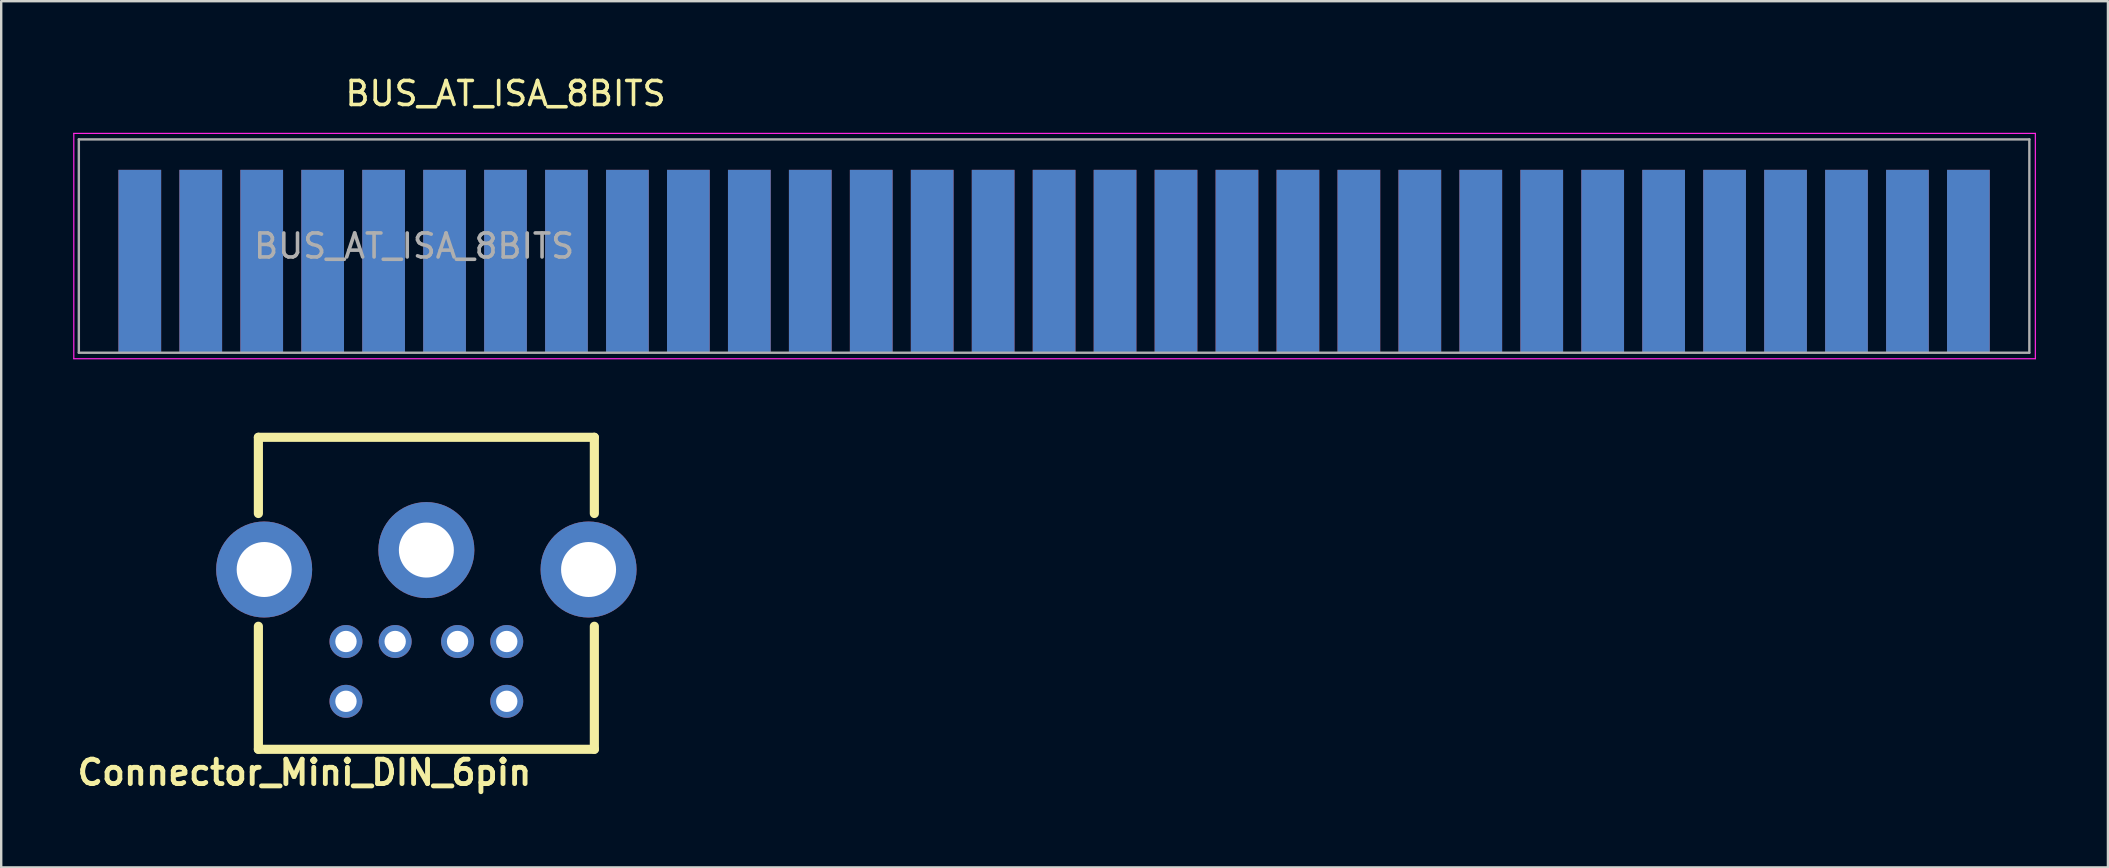
<source format=kicad_pcb>
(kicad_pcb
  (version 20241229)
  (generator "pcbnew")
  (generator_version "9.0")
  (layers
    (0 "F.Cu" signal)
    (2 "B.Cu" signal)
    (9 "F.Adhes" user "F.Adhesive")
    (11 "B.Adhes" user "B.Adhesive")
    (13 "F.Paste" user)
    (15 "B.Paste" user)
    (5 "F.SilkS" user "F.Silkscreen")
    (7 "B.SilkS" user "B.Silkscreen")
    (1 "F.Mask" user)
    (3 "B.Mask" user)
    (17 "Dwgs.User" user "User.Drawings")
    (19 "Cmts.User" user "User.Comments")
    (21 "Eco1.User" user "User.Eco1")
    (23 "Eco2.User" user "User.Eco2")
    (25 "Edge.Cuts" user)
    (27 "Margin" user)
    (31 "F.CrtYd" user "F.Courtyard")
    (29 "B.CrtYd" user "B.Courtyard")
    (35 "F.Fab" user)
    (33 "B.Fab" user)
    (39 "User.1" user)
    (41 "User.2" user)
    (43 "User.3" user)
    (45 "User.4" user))
  (footprint "BUS_AT_ISA_8BITS"
    (layer "F.Cu")
    (at 78.975 7.838)
    (property "Reference" "BUS_AT_ISA_8BITS" (at -60.96 -6.99 0) (layer "F.SilkS") (effects (font (size 1 1) (thickness 0.15))))
    (attr exclude_from_pos_files exclude_from_bom)
    (fp_line (start -78.95 -5.33) (end -78.95 4.06) (stroke (width 0.05) (type default)) (layer "F.CrtYd"))
    (fp_line (start -78.95 -5.33) (end 2.79 -5.33) (stroke (width 0.05) (type solid)) (layer "F.CrtYd"))
    (fp_line (start 2.79 4.06) (end -78.95 4.06) (stroke (width 0.05) (type solid)) (layer "F.CrtYd"))
    (fp_line (start 2.79 4.06) (end 2.79 -5.33) (stroke (width 0.05) (type solid)) (layer "F.CrtYd"))
    (fp_line (start -78.74 -5.08) (end 2.54 -5.08) (stroke (width 0.1) (type solid)) (layer "F.Fab"))
    (fp_line (start -78.74 3.81) (end -78.74 -5.08) (stroke (width 0.1) (type solid)) (layer "F.Fab"))
    (fp_line (start 2.54 -5.08) (end 2.54 3.81) (stroke (width 0.1) (type solid)) (layer "F.Fab"))
    (fp_line (start 2.54 3.81) (end -78.74 3.81) (stroke (width 0.1) (type solid)) (layer "F.Fab"))
    (fp_text user "${REFERENCE}" (at -64.77 -0.635 0) (layer "F.Fab") (effects (font (size 1 1) (thickness 0.15))))
    (pad "1" connect rect (at 0 0) (size 1.78 7.62) (layers "B.Cu" "B.Mask"))
    (pad "2" connect rect (at -2.54 0) (size 1.78 7.62) (layers "B.Cu" "B.Mask"))
    (pad "3" connect rect (at -5.08 0) (size 1.78 7.62) (layers "B.Cu" "B.Mask"))
    (pad "4" connect rect (at -7.62 0) (size 1.78 7.62) (layers "B.Cu" "B.Mask"))
    (pad "5" connect rect (at -10.16 0) (size 1.78 7.62) (layers "B.Cu" "B.Mask"))
    (pad "6" connect rect (at -12.7 0) (size 1.78 7.62) (layers "B.Cu" "B.Mask"))
    (pad "7" connect rect (at -15.24 0) (size 1.78 7.62) (layers "B.Cu" "B.Mask"))
    (pad "8" connect rect (at -17.78 0) (size 1.78 7.62) (layers "B.Cu" "B.Mask"))
    (pad "9" connect rect (at -20.32 0) (size 1.78 7.62) (layers "B.Cu" "B.Mask"))
    (pad "10" connect rect (at -22.86 0) (size 1.78 7.62) (layers "B.Cu" "B.Mask"))
    (pad "11" connect rect (at -25.4 0) (size 1.78 7.62) (layers "B.Cu" "B.Mask"))
    (pad "12" connect rect (at -27.94 0) (size 1.78 7.62) (layers "B.Cu" "B.Mask"))
    (pad "13" connect rect (at -30.48 0) (size 1.78 7.62) (layers "B.Cu" "B.Mask"))
    (pad "14" connect rect (at -33.02 0) (size 1.78 7.62) (layers "B.Cu" "B.Mask"))
    (pad "15" connect rect (at -35.56 0) (size 1.78 7.62) (layers "B.Cu" "B.Mask"))
    (pad "16" connect rect (at -38.1 0) (size 1.78 7.62) (layers "B.Cu" "B.Mask"))
    (pad "17" connect rect (at -40.64 0) (size 1.78 7.62) (layers "B.Cu" "B.Mask"))
    (pad "18" connect rect (at -43.18 0) (size 1.78 7.62) (layers "B.Cu" "B.Mask"))
    (pad "19" connect rect (at -45.72 0) (size 1.78 7.62) (layers "B.Cu" "B.Mask"))
    (pad "20" connect rect (at -48.26 0) (size 1.78 7.62) (layers "B.Cu" "B.Mask"))
    (pad "21" connect rect (at -50.8 0) (size 1.78 7.62) (layers "B.Cu" "B.Mask"))
    (pad "22" connect rect (at -53.34 0) (size 1.78 7.62) (layers "B.Cu" "B.Mask"))
    (pad "23" connect rect (at -55.88 0) (size 1.78 7.62) (layers "B.Cu" "B.Mask"))
    (pad "24" connect rect (at -58.42 0) (size 1.78 7.62) (layers "B.Cu" "B.Mask"))
    (pad "25" connect rect (at -60.96 0) (size 1.78 7.62) (layers "B.Cu" "B.Mask"))
    (pad "26" connect rect (at -63.5 0) (size 1.78 7.62) (layers "B.Cu" "B.Mask"))
    (pad "27" connect rect (at -66.04 0) (size 1.78 7.62) (layers "B.Cu" "B.Mask"))
    (pad "28" connect rect (at -68.58 0) (size 1.78 7.62) (layers "B.Cu" "B.Mask"))
    (pad "29" connect rect (at -71.12 0) (size 1.78 7.62) (layers "B.Cu" "B.Mask"))
    (pad "30" connect rect (at -73.66 0) (size 1.78 7.62) (layers "B.Cu" "B.Mask"))
    (pad "31" connect rect (at -76.2 0) (size 1.78 7.62) (layers "B.Cu" "B.Mask"))
    (pad "32" connect rect (at 0 0) (size 1.78 7.62) (layers "F.Cu" "F.Mask"))
    (pad "33" connect rect (at -2.54 0) (size 1.78 7.62) (layers "F.Cu" "F.Mask"))
    (pad "34" connect rect (at -5.08 0) (size 1.78 7.62) (layers "F.Cu" "F.Mask"))
    (pad "35" connect rect (at -7.62 0) (size 1.78 7.62) (layers "F.Cu" "F.Mask"))
    (pad "36" connect rect (at -10.16 0) (size 1.78 7.62) (layers "F.Cu" "F.Mask"))
    (pad "37" connect rect (at -12.7 0) (size 1.78 7.62) (layers "F.Cu" "F.Mask"))
    (pad "38" connect rect (at -15.24 0) (size 1.78 7.62) (layers "F.Cu" "F.Mask"))
    (pad "39" connect rect (at -17.78 0) (size 1.78 7.62) (layers "F.Cu" "F.Mask"))
    (pad "40" connect rect (at -20.32 0) (size 1.78 7.62) (layers "F.Cu" "F.Mask"))
    (pad "41" connect rect (at -22.86 0) (size 1.78 7.62) (layers "F.Cu" "F.Mask"))
    (pad "42" connect rect (at -25.4 0) (size 1.78 7.62) (layers "F.Cu" "F.Mask"))
    (pad "43" connect rect (at -27.94 0) (size 1.78 7.62) (layers "F.Cu" "F.Mask"))
    (pad "44" connect rect (at -30.48 0) (size 1.78 7.62) (layers "F.Cu" "F.Mask"))
    (pad "45" connect rect (at -33.02 0) (size 1.78 7.62) (layers "F.Cu" "F.Mask"))
    (pad "46" connect rect (at -35.56 0) (size 1.78 7.62) (layers "F.Cu" "F.Mask"))
    (pad "47" connect rect (at -38.1 0) (size 1.78 7.62) (layers "F.Cu" "F.Mask"))
    (pad "48" connect rect (at -40.64 0) (size 1.78 7.62) (layers "F.Cu" "F.Mask"))
    (pad "49" connect rect (at -43.18 0) (size 1.78 7.62) (layers "F.Cu" "F.Mask"))
    (pad "50" connect rect (at -45.72 0) (size 1.78 7.62) (layers "F.Cu" "F.Mask"))
    (pad "51" connect rect (at -48.26 0) (size 1.78 7.62) (layers "F.Cu" "F.Mask"))
    (pad "52" connect rect (at -50.8 0) (size 1.78 7.62) (layers "F.Cu" "F.Mask"))
    (pad "53" connect rect (at -53.34 0) (size 1.78 7.62) (layers "F.Cu" "F.Mask"))
    (pad "54" connect rect (at -55.88 0) (size 1.78 7.62) (layers "F.Cu" "F.Mask"))
    (pad "55" connect rect (at -58.42 0) (size 1.78 7.62) (layers "F.Cu" "F.Mask"))
    (pad "56" connect rect (at -60.96 0) (size 1.78 7.62) (layers "F.Cu" "F.Mask"))
    (pad "57" connect rect (at -63.5 0) (size 1.78 7.62) (layers "F.Cu" "F.Mask"))
    (pad "58" connect rect (at -66.04 0) (size 1.78 7.62) (layers "F.Cu" "F.Mask"))
    (pad "59" connect rect (at -68.58 0) (size 1.78 7.62) (layers "F.Cu" "F.Mask"))
    (pad "60" connect rect (at -71.12 0) (size 1.78 7.62) (layers "F.Cu" "F.Mask"))
    (pad "61" connect rect (at -73.66 0) (size 1.78 7.62) (layers "F.Cu" "F.Mask"))
    (pad "62" connect rect (at -76.2 0) (size 1.78 7.62) (layers "F.Cu" "F.Mask")))
  (footprint "Connector_Mini_DIN_6pin"
    (layer "F.Cu")
    (at 14.717 15.173)
    (property "Reference" "Connector_Mini_DIN_6pin" (at -5.08 13.97 0) (layer "F.SilkS") (effects (font (size 1.016 1.016) (thickness 0.203))))
    (attr through_hole)
    (fp_line (start -7 0) (end 7 0) (stroke (width 0.381) (type solid)) (layer "F.SilkS"))
    (fp_line (start -7 3.175) (end -7 0) (stroke (width 0.381) (type solid)) (layer "F.SilkS"))
    (fp_line (start -7 13) (end -7 7.874) (stroke (width 0.381) (type solid)) (layer "F.SilkS"))
    (fp_line (start 7 3.175) (end 7 0) (stroke (width 0.381) (type solid)) (layer "F.SilkS"))
    (fp_line (start 7 13) (end -7 13) (stroke (width 0.381) (type solid)) (layer "F.SilkS"))
    (fp_line (start 7 13) (end 7 7.874) (stroke (width 0.381) (type solid)) (layer "F.SilkS"))
    (pad "1" thru_hole circle (at -1.3 8.509 180) (size 1.372 1.372) (drill 0.889) (layers "*.Cu" "*.Mask"))
    (pad "2" thru_hole circle (at 1.3 8.509 180) (size 1.372 1.372) (drill 0.889) (layers "*.Cu" "*.Mask"))
    (pad "3" thru_hole circle (at -3.35 8.509 180) (size 1.372 1.372) (drill 0.889) (layers "*.Cu" "*.Mask"))
    (pad "4" thru_hole circle (at 3.35 8.509 180) (size 1.372 1.372) (drill 0.889) (layers "*.Cu" "*.Mask"))
    (pad "5" thru_hole circle (at -3.35 11.001 180) (size 1.372 1.372) (drill 0.889) (layers "*.Cu" "*.Mask"))
    (pad "6" thru_hole circle (at 3.35 11.001 180) (size 1.372 1.372) (drill 0.889) (layers "*.Cu" "*.Mask"))
    (pad "GND" thru_hole circle (at -6.759 5.509 180) (size 4 4) (drill 2.291) (layers "*.Cu" "*.Mask"))
    (pad "GND" thru_hole circle (at 0 4.699 180) (size 4 4) (drill 2.291) (layers "*.Cu" "*.Mask"))
    (pad "GND" thru_hole circle (at 6.759 5.509 180) (size 4 4) (drill 2.291) (layers "*.Cu" "*.Mask")))
  (gr_rect
    (start -3 -3)
    (end 84.79 33.094)
    (stroke (width 0.1) (type default))
    (fill no)
    (layer "Edge.Cuts")))
</source>
